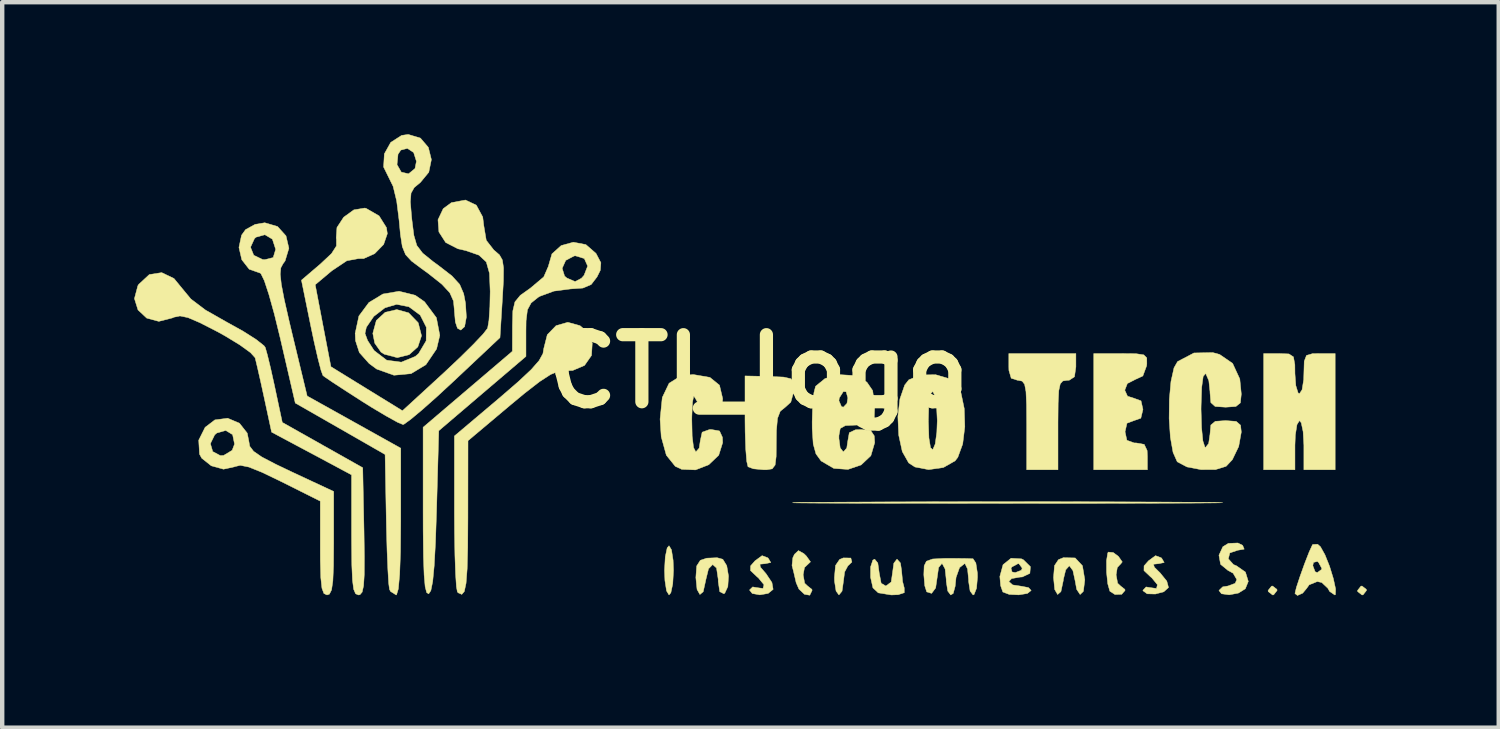
<source format=kicad_pcb>
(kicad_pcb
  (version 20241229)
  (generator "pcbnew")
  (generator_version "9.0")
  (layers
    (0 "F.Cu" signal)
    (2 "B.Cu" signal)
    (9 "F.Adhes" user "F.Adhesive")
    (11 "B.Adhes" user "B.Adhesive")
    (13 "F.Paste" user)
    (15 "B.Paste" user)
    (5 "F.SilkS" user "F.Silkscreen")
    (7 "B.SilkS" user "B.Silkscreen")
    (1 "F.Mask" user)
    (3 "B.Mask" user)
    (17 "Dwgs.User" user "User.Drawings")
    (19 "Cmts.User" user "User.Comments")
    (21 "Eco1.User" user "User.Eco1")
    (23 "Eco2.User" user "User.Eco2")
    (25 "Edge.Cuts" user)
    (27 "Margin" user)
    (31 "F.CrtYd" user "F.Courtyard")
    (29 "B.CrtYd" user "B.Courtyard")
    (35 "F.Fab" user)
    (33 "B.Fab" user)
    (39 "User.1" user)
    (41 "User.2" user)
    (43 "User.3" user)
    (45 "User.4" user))
  (footprint "CTI_logo"
    (layer "F.Cu")
    (at 14.185 5.39)
    (property "Reference" "CTI_logo" (at 0 0 180) (layer "F.SilkS") (effects (font (size 1.524 1.524) (thickness 0.3))))
    (attr smd)
    (fp_poly (pts (xy 11.783 4.954) (xy 11.786 4.978) (xy 11.708 5.077) (xy 11.684 5.08) (xy 11.585 5.003) (xy 11.582 4.978) (xy 11.66 4.88) (xy 11.684 4.877) (xy 11.783 4.954)) (stroke (width 0.01) (type solid)) (fill yes) (layer "F.SilkS"))
    (fp_poly (pts (xy 13.815 4.954) (xy 13.818 4.978) (xy 13.74 5.077) (xy 13.716 5.08) (xy 13.617 5.003) (xy 13.614 4.978) (xy 13.692 4.88) (xy 13.716 4.877) (xy 13.815 4.954)) (stroke (width 0.01) (type solid)) (fill yes) (layer "F.SilkS"))
    (fp_poly (pts (xy -1.976 4.054) (xy -1.939 4.291) (xy -1.93 4.521) (xy -1.947 4.827) (xy -1.99 5.03) (xy -2.032 5.08) (xy -2.088 4.988) (xy -2.125 4.751) (xy -2.134 4.521) (xy -2.117 4.215) (xy -2.074 4.012) (xy -2.032 3.962) (xy -1.976 4.054)) (stroke (width 0.01) (type solid)) (fill yes) (layer "F.SilkS"))
    (fp_poly (pts (xy 2.1 4.241) (xy 2.124 4.332) (xy 2.032 4.42) (xy 1.959 4.557) (xy 1.93 4.781) (xy 1.9 4.993) (xy 1.829 5.08) (xy 1.764 4.99) (xy 1.729 4.766) (xy 1.727 4.685) (xy 1.752 4.409) (xy 1.845 4.273) (xy 1.93 4.238) (xy 2.1 4.241)) (stroke (width 0.01) (type solid)) (fill yes) (layer "F.SilkS"))
    (fp_poly (pts (xy -7.949 -1.331) (xy -7.732 -1.106) (xy -7.731 -1.104) (xy -7.656 -0.81) (xy -7.74 -0.557) (xy -7.938 -0.38) (xy -8.207 -0.313) (xy -8.503 -0.391) (xy -8.578 -0.44) (xy -8.719 -0.641) (xy -8.763 -0.864) (xy -8.683 -1.158) (xy -8.482 -1.343) (xy -8.218 -1.405) (xy -7.949 -1.331)) (stroke (width 0.01) (type solid)) (fill yes) (layer "F.SilkS"))
    (fp_poly (pts (xy 8.063 4.116) (xy 8.181 4.204) (xy 8.268 4.329) (xy 8.237 4.369) (xy 8.155 4.456) (xy 8.128 4.623) (xy 8.163 4.814) (xy 8.23 4.877) (xy 8.328 4.954) (xy 8.331 4.978) (xy 8.255 5.065) (xy 8.102 5.07) (xy 7.986 4.995) (xy 7.938 4.826) (xy 7.911 4.565) (xy 7.91 4.302) (xy 7.938 4.127) (xy 7.95 4.106) (xy 8.063 4.116)) (stroke (width 0.01) (type solid)) (fill yes) (layer "F.SilkS"))
    (fp_poly (pts (xy 1.032 4.14) (xy 1.085 4.191) (xy 1.183 4.327) (xy 1.139 4.369) (xy 1.047 4.456) (xy 1.016 4.623) (xy 1.051 4.814) (xy 1.118 4.877) (xy 1.216 4.954) (xy 1.219 4.978) (xy 1.166 5.086) (xy 1.046 5.065) (xy 0.92 4.946) (xy 0.857 4.801) (xy 0.8 4.555) (xy 0.763 4.41) (xy 0.782 4.234) (xy 0.819 4.156) (xy 0.909 4.072) (xy 1.032 4.14)) (stroke (width 0.01) (type solid)) (fill yes) (layer "F.SilkS"))
    (fp_poly (pts (xy 7.197 4.239) (xy 7.363 4.416) (xy 7.417 4.737) (xy 7.384 4.998) (xy 7.31 5.07) (xy 7.232 4.953) (xy 7.195 4.75) (xy 7.146 4.525) (xy 7.069 4.421) (xy 7.061 4.42) (xy 6.983 4.509) (xy 6.93 4.725) (xy 6.928 4.75) (xy 6.874 5.004) (xy 6.799 5.07) (xy 6.733 4.957) (xy 6.706 4.685) (xy 6.728 4.413) (xy 6.818 4.278) (xy 6.929 4.233) (xy 7.197 4.239)) (stroke (width 0.01) (type solid)) (fill yes) (layer "F.SilkS"))
    (fp_poly (pts (xy -0.81 4.269) (xy -0.72 4.415) (xy -0.68 4.651) (xy -0.695 4.889) (xy -0.765 5.04) (xy -0.787 5.052) (xy -0.879 5.005) (xy -0.914 4.773) (xy -0.914 4.724) (xy -0.952 4.468) (xy -1.039 4.389) (xy -1.134 4.485) (xy -1.199 4.749) (xy -1.2 4.758) (xy -1.255 5.007) (xy -1.33 5.07) (xy -1.395 4.955) (xy -1.422 4.685) (xy -1.403 4.421) (xy -1.321 4.293) (xy -1.175 4.244) (xy -0.938 4.234) (xy -0.81 4.269)) (stroke (width 0.01) (type solid)) (fill yes) (layer "F.SilkS"))
    (fp_poly (pts (xy 0.254 0.115) (xy 0.574 0.129) (xy 0.74 0.167) (xy 0.803 0.258) (xy 0.813 0.416) (xy 0.736 0.698) (xy 0.61 0.813) (xy 0.496 0.905) (xy 0.434 1.065) (xy 0.409 1.343) (xy 0.406 1.578) (xy 0.403 1.932) (xy 0.379 2.128) (xy 0.313 2.214) (xy 0.187 2.235) (xy 0.119 2.235) (xy -0.114 2.213) (xy -0.237 2.167) (xy -0.266 2.043) (xy -0.289 1.762) (xy -0.302 1.374) (xy -0.305 1.101) (xy -0.305 0.103) (xy 0.254 0.115)) (stroke (width 0.01) (type solid)) (fill yes) (layer "F.SilkS"))
    (fp_poly (pts (xy 3.227 4.354) (xy 3.251 4.513) (xy 3.276 4.776) (xy 3.313 4.919) (xy 3.314 5.029) (xy 3.176 5.074) (xy 3.019 5.08) (xy 2.723 5.032) (xy 2.602 4.919) (xy 2.548 4.678) (xy 2.549 4.442) (xy 2.6 4.288) (xy 2.642 4.267) (xy 2.713 4.355) (xy 2.743 4.568) (xy 2.743 4.572) (xy 2.789 4.814) (xy 2.896 4.877) (xy 3.017 4.786) (xy 3.048 4.572) (xy 3.077 4.358) (xy 3.148 4.267) (xy 3.15 4.267) (xy 3.227 4.354)) (stroke (width 0.01) (type solid)) (fill yes) (layer "F.SilkS"))
    (fp_poly (pts (xy 0.211 4.235) (xy 0.223 4.246) (xy 0.281 4.343) (xy 0.157 4.369) (xy 0.155 4.369) (xy 0.033 4.381) (xy 0.045 4.449) (xy 0.173 4.597) (xy 0.307 4.798) (xy 0.334 4.953) (xy 0.221 5.045) (xy 0.032 5.078) (xy -0.14 5.047) (xy -0.203 4.968) (xy -0.13 4.897) (xy -0.061 4.91) (xy 0.105 4.933) (xy 0.126 4.847) (xy -0.003 4.69) (xy -0.03 4.668) (xy -0.18 4.526) (xy -0.178 4.419) (xy -0.077 4.304) (xy 0.083 4.187) (xy 0.211 4.235)) (stroke (width 0.01) (type solid)) (fill yes) (layer "F.SilkS"))
    (fp_poly (pts (xy 7.214 -0.102) (xy 7.182 0.122) (xy 7.063 0.2) (xy 7.01 0.203) (xy 6.918 0.217) (xy 6.859 0.283) (xy 6.825 0.439) (xy 6.811 0.721) (xy 6.807 1.165) (xy 6.807 1.219) (xy 6.807 2.235) (xy 6.096 2.235) (xy 6.096 1.219) (xy 6.093 0.757) (xy 6.08 0.461) (xy 6.049 0.294) (xy 5.993 0.221) (xy 5.904 0.203) (xy 5.893 0.203) (xy 5.744 0.155) (xy 5.692 -0.023) (xy 5.69 -0.102) (xy 5.69 -0.406) (xy 7.214 -0.406) (xy 7.214 -0.102)) (stroke (width 0.01) (type solid)) (fill yes) (layer "F.SilkS"))
    (fp_poly (pts (xy 9.152 4.235) (xy 9.164 4.246) (xy 9.221 4.343) (xy 9.097 4.369) (xy 9.094 4.369) (xy 8.976 4.382) (xy 8.998 4.45) (xy 9.13 4.581) (xy 9.28 4.766) (xy 9.319 4.911) (xy 9.211 5.008) (xy 9.019 5.059) (xy 8.833 5.054) (xy 8.739 4.985) (xy 8.738 4.974) (xy 8.81 4.898) (xy 8.88 4.91) (xy 9.046 4.933) (xy 9.067 4.847) (xy 8.938 4.69) (xy 8.911 4.668) (xy 8.761 4.526) (xy 8.763 4.419) (xy 8.864 4.304) (xy 9.024 4.187) (xy 9.152 4.235)) (stroke (width 0.01) (type solid)) (fill yes) (layer "F.SilkS"))
    (fp_poly (pts (xy 11.003 3.952) (xy 11.039 4.039) (xy 10.892 4.064) (xy 10.712 4.125) (xy 10.678 4.259) (xy 10.796 4.39) (xy 10.862 4.417) (xy 11.067 4.56) (xy 11.132 4.772) (xy 11.064 4.94) (xy 10.906 5.038) (xy 10.698 5.077) (xy 10.523 5.053) (xy 10.465 4.978) (xy 10.55 4.896) (xy 10.668 4.877) (xy 10.833 4.816) (xy 10.871 4.731) (xy 10.787 4.586) (xy 10.668 4.521) (xy 10.502 4.384) (xy 10.465 4.177) (xy 10.554 3.984) (xy 10.678 3.908) (xy 10.896 3.899) (xy 11.003 3.952)) (stroke (width 0.01) (type solid)) (fill yes) (layer "F.SilkS"))
    (fp_poly (pts (xy 8.576 -0.403) (xy 8.757 -0.376) (xy 8.825 -0.307) (xy 8.826 -0.171) (xy 8.821 -0.127) (xy 8.736 0.103) (xy 8.56 0.185) (xy 8.384 0.275) (xy 8.325 0.426) (xy 8.387 0.563) (xy 8.534 0.61) (xy 8.694 0.669) (xy 8.738 0.864) (xy 8.69 1.063) (xy 8.534 1.118) (xy 8.375 1.177) (xy 8.331 1.372) (xy 8.373 1.565) (xy 8.538 1.625) (xy 8.585 1.626) (xy 8.767 1.658) (xy 8.833 1.798) (xy 8.839 1.93) (xy 8.839 2.235) (xy 7.62 2.235) (xy 7.62 -0.406) (xy 8.236 -0.406) (xy 8.576 -0.403)) (stroke (width 0.01) (type solid)) (fill yes) (layer "F.SilkS"))
    (fp_poly (pts (xy 12.055 -0.397) (xy 12.158 -0.33) (xy 12.19 -0.153) (xy 12.192 0.051) (xy 12.212 0.323) (xy 12.263 0.487) (xy 12.294 0.508) (xy 12.354 0.417) (xy 12.391 0.187) (xy 12.395 0.051) (xy 12.403 -0.23) (xy 12.454 -0.363) (xy 12.593 -0.404) (xy 12.751 -0.406) (xy 13.106 -0.406) (xy 13.106 2.235) (xy 12.395 2.235) (xy 12.395 1.676) (xy 12.378 1.37) (xy 12.335 1.167) (xy 12.294 1.118) (xy 12.238 1.209) (xy 12.201 1.446) (xy 12.192 1.676) (xy 12.192 2.235) (xy 11.481 2.235) (xy 11.481 -0.406) (xy 11.836 -0.406) (xy 12.055 -0.397)) (stroke (width 0.01) (type solid)) (fill yes) (layer "F.SilkS"))
    (fp_poly (pts (xy 6.723 2.961) (xy 8.004 2.964) (xy 9.171 2.969) (xy 9.634 2.972) (xy 10.133 2.976) (xy 10.436 2.98) (xy 10.549 2.984) (xy 10.478 2.987) (xy 10.231 2.99) (xy 9.813 2.993) (xy 9.233 2.995) (xy 8.495 2.997) (xy 7.608 2.999) (xy 6.577 2.999) (xy 5.639 3) (xy 4.498 2.999) (xy 3.496 2.998) (xy 2.64 2.997) (xy 1.937 2.995) (xy 1.392 2.993) (xy 1.012 2.99) (xy 0.804 2.987) (xy 0.775 2.983) (xy 0.93 2.979) (xy 1.277 2.975) (xy 1.709 2.972) (xy 2.821 2.966) (xy 4.069 2.962) (xy 5.39 2.96) (xy 6.723 2.961)) (stroke (width 0.01) (type solid)) (fill yes) (layer "F.SilkS"))
    (fp_poly (pts (xy 5.98 4.26) (xy 6.022 4.281) (xy 6.181 4.438) (xy 6.168 4.589) (xy 5.996 4.671) (xy 5.944 4.674) (xy 5.753 4.708) (xy 5.69 4.775) (xy 5.777 4.852) (xy 5.944 4.877) (xy 6.135 4.912) (xy 6.198 4.978) (xy 6.112 5.046) (xy 5.916 5.078) (xy 5.7 5.068) (xy 5.554 5.013) (xy 5.554 5.012) (xy 5.504 4.87) (xy 5.486 4.66) (xy 5.538 4.47) (xy 5.74 4.47) (xy 5.763 4.557) (xy 5.836 4.572) (xy 5.975 4.519) (xy 5.994 4.47) (xy 5.921 4.372) (xy 5.899 4.369) (xy 5.761 4.443) (xy 5.74 4.47) (xy 5.538 4.47) (xy 5.559 4.392) (xy 5.741 4.246) (xy 5.98 4.26)) (stroke (width 0.01) (type solid)) (fill yes) (layer "F.SilkS"))
    (fp_poly (pts (xy 12.771 3.983) (xy 12.874 4.167) (xy 12.979 4.429) (xy 13.065 4.709) (xy 13.116 4.944) (xy 13.112 5.072) (xy 13.097 5.08) (xy 12.979 4.999) (xy 12.94 4.928) (xy 12.801 4.797) (xy 12.7 4.775) (xy 12.515 4.85) (xy 12.46 4.928) (xy 12.368 5.039) (xy 12.249 5.092) (xy 12.192 5.047) (xy 12.225 4.909) (xy 12.308 4.657) (xy 12.395 4.414) (xy 12.598 4.414) (xy 12.651 4.553) (xy 12.7 4.572) (xy 12.799 4.499) (xy 12.802 4.476) (xy 12.728 4.339) (xy 12.7 4.318) (xy 12.613 4.341) (xy 12.598 4.414) (xy 12.395 4.414) (xy 12.413 4.364) (xy 12.515 4.103) (xy 12.587 3.946) (xy 12.596 3.933) (xy 12.708 3.928) (xy 12.771 3.983)) (stroke (width 0.01) (type solid)) (fill yes) (layer "F.SilkS"))
    (fp_poly (pts (xy -7.799 -1.73) (xy -7.588 -1.583) (xy -7.318 -1.22) (xy -7.241 -0.82) (xy -7.314 -0.511) (xy -7.557 -0.152) (xy -7.894 0.051) (xy -8.282 0.087) (xy -8.675 -0.053) (xy -8.848 -0.181) (xy -9.069 -0.429) (xy -9.156 -0.697) (xy -9.164 -0.864) (xy -8.941 -0.864) (xy -8.882 -0.703) (xy -8.74 -0.484) (xy -8.73 -0.471) (xy -8.448 -0.255) (xy -8.116 -0.21) (xy -7.797 -0.341) (xy -7.722 -0.406) (xy -7.551 -0.695) (xy -7.547 -1.004) (xy -7.686 -1.279) (xy -7.943 -1.469) (xy -8.222 -1.524) (xy -8.488 -1.445) (xy -8.741 -1.25) (xy -8.909 -1.005) (xy -8.941 -0.864) (xy -9.164 -0.864) (xy -9.079 -1.259) (xy -8.852 -1.565) (xy -8.533 -1.759) (xy -8.166 -1.821) (xy -7.799 -1.73)) (stroke (width 0.01) (type solid)) (fill yes) (layer "F.SilkS"))
    (fp_poly (pts (xy 4.347 0.169) (xy 4.465 0.249) (xy 4.602 0.486) (xy 4.677 0.845) (xy 4.69 1.256) (xy 4.642 1.649) (xy 4.531 1.952) (xy 4.47 2.032) (xy 4.203 2.184) (xy 3.868 2.232) (xy 3.556 2.172) (xy 3.415 2.08) (xy 3.269 1.822) (xy 3.188 1.449) (xy 3.173 1.118) (xy 3.861 1.118) (xy 3.874 1.511) (xy 3.911 1.735) (xy 3.962 1.778) (xy 4.017 1.65) (xy 4.054 1.383) (xy 4.064 1.118) (xy 4.048 0.787) (xy 4.006 0.544) (xy 3.962 0.457) (xy 3.906 0.514) (xy 3.871 0.757) (xy 3.861 1.118) (xy 3.173 1.118) (xy 3.169 1.028) (xy 3.215 0.626) (xy 3.324 0.31) (xy 3.418 0.191) (xy 3.686 0.081) (xy 4.027 0.075) (xy 4.347 0.169)) (stroke (width 0.01) (type solid)) (fill yes) (layer "F.SilkS"))
    (fp_poly (pts (xy -4.056 -1.04) (xy -3.927 -0.932) (xy -3.776 -0.646) (xy -3.793 -0.363) (xy -3.952 -0.136) (xy -4.224 -0.02) (xy -4.381 -0.018) (xy -4.536 -0.007) (xy -4.723 0.07) (xy -4.973 0.232) (xy -5.318 0.5) (xy -5.635 0.763) (xy -6.6 1.575) (xy -6.602 3.327) (xy -6.606 3.999) (xy -6.619 4.487) (xy -6.644 4.814) (xy -6.684 5.001) (xy -6.741 5.067) (xy -6.819 5.033) (xy -6.841 5.012) (xy -6.863 4.893) (xy -6.882 4.605) (xy -6.897 4.184) (xy -6.906 3.663) (xy -6.909 3.206) (xy -6.909 1.468) (xy -5.893 0.61) (xy -5.46 0.236) (xy -5.165 -0.04) (xy -4.985 -0.245) (xy -4.897 -0.404) (xy -4.877 -0.523) (xy -4.798 -0.834) (xy -4.598 -1.04) (xy -4.332 -1.116) (xy -4.056 -1.04)) (stroke (width 0.01) (type solid)) (fill yes) (layer "F.SilkS"))
    (fp_poly (pts (xy -1.103 0.136) (xy -0.885 0.313) (xy -0.813 0.616) (xy -0.813 0.629) (xy -0.836 0.838) (xy -0.945 0.904) (xy -1.088 0.896) (xy -1.333 0.795) (xy -1.434 0.61) (xy -1.471 0.558) (xy -1.498 0.699) (xy -1.513 1.023) (xy -1.514 1.092) (xy -1.506 1.473) (xy -1.474 1.732) (xy -1.423 1.829) (xy -1.422 1.829) (xy -1.346 1.742) (xy -1.321 1.575) (xy -1.279 1.381) (xy -1.114 1.322) (xy -1.067 1.321) (xy -0.884 1.354) (xy -0.818 1.497) (xy -0.813 1.62) (xy -0.902 1.904) (xy -1.129 2.121) (xy -1.43 2.238) (xy -1.744 2.225) (xy -1.89 2.157) (xy -2.093 1.904) (xy -2.209 1.485) (xy -2.235 1.085) (xy -2.185 0.593) (xy -2.03 0.269) (xy -1.762 0.101) (xy -1.483 0.071) (xy -1.103 0.136)) (stroke (width 0.01) (type solid)) (fill yes) (layer "F.SilkS"))
    (fp_poly (pts (xy 4.723 4.252) (xy 4.877 4.258) (xy 4.941 4.354) (xy 4.976 4.584) (xy 4.978 4.674) (xy 4.956 4.928) (xy 4.9 5.07) (xy 4.877 5.08) (xy 4.81 4.991) (xy 4.776 4.771) (xy 4.775 4.724) (xy 4.752 4.489) (xy 4.696 4.372) (xy 4.684 4.369) (xy 4.57 4.459) (xy 4.491 4.681) (xy 4.47 4.885) (xy 4.426 5.046) (xy 4.369 5.08) (xy 4.302 4.991) (xy 4.268 4.771) (xy 4.267 4.724) (xy 4.242 4.489) (xy 4.179 4.372) (xy 4.166 4.369) (xy 4.094 4.457) (xy 4.064 4.668) (xy 4.027 4.921) (xy 3.935 5.044) (xy 3.824 5.01) (xy 3.78 4.872) (xy 3.759 4.626) (xy 3.759 4.606) (xy 3.766 4.419) (xy 3.818 4.313) (xy 3.957 4.263) (xy 4.229 4.249) (xy 4.47 4.249) (xy 4.723 4.252)) (stroke (width 0.01) (type solid)) (fill yes) (layer "F.SilkS"))
    (fp_poly (pts (xy -11.793 1.178) (xy -11.617 1.402) (xy -11.582 1.576) (xy -11.56 1.701) (xy -11.472 1.816) (xy -11.285 1.945) (xy -10.967 2.111) (xy -10.617 2.278) (xy -9.652 2.729) (xy -9.652 3.905) (xy -9.656 4.419) (xy -9.671 4.763) (xy -9.701 4.966) (xy -9.749 5.061) (xy -9.804 5.08) (xy -9.874 5.047) (xy -9.919 4.927) (xy -9.945 4.687) (xy -9.956 4.294) (xy -9.957 4.014) (xy -9.957 2.948) (xy -10.846 2.503) (xy -11.284 2.292) (xy -11.582 2.173) (xy -11.775 2.134) (xy -11.901 2.164) (xy -11.907 2.168) (xy -12.156 2.222) (xy -12.434 2.145) (xy -12.651 1.972) (xy -12.701 1.88) (xy -12.715 1.641) (xy -12.454 1.641) (xy -12.401 1.822) (xy -12.228 1.913) (xy -12.154 1.91) (xy -11.959 1.793) (xy -11.905 1.651) (xy -11.949 1.437) (xy -12.105 1.342) (xy -12.307 1.399) (xy -12.356 1.441) (xy -12.454 1.641) (xy -12.715 1.641) (xy -12.719 1.562) (xy -12.574 1.271) (xy -12.352 1.102) (xy -12.061 1.064) (xy -11.793 1.178)) (stroke (width 0.01) (type solid)) (fill yes) (layer "F.SilkS"))
    (fp_poly (pts (xy 10.479 -0.386) (xy 10.775 -0.183) (xy 10.939 0.172) (xy 10.973 0.515) (xy 10.952 0.715) (xy 10.85 0.797) (xy 10.617 0.813) (xy 10.379 0.797) (xy 10.281 0.709) (xy 10.262 0.486) (xy 10.262 0.463) (xy 10.235 0.21) (xy 10.169 0.058) (xy 10.16 0.051) (xy 10.107 0.112) (xy 10.073 0.361) (xy 10.059 0.785) (xy 10.058 0.858) (xy 10.07 1.28) (xy 10.1 1.58) (xy 10.146 1.721) (xy 10.16 1.727) (xy 10.231 1.639) (xy 10.262 1.426) (xy 10.262 1.422) (xy 10.281 1.218) (xy 10.382 1.134) (xy 10.617 1.118) (xy 10.857 1.136) (xy 10.956 1.222) (xy 10.973 1.378) (xy 10.914 1.706) (xy 10.769 2.007) (xy 10.627 2.157) (xy 10.386 2.231) (xy 10.059 2.232) (xy 9.739 2.171) (xy 9.521 2.056) (xy 9.515 2.049) (xy 9.422 1.84) (xy 9.361 1.496) (xy 9.333 1.074) (xy 9.338 0.631) (xy 9.375 0.227) (xy 9.444 -0.082) (xy 9.525 -0.224) (xy 9.897 -0.419) (xy 10.324 -0.428) (xy 10.479 -0.386)) (stroke (width 0.01) (type solid)) (fill yes) (layer "F.SilkS"))
    (fp_poly (pts (xy 2.154 0.093) (xy 2.208 0.11) (xy 2.465 0.245) (xy 2.596 0.436) (xy 2.639 0.75) (xy 2.64 0.838) (xy 2.63 1.082) (xy 2.559 1.19) (xy 2.368 1.218) (xy 2.235 1.219) (xy 1.975 1.231) (xy 1.859 1.296) (xy 1.829 1.459) (xy 1.829 1.524) (xy 1.858 1.738) (xy 1.929 1.829) (xy 1.93 1.829) (xy 2.007 1.742) (xy 2.032 1.575) (xy 2.065 1.393) (xy 2.204 1.327) (xy 2.337 1.321) (xy 2.553 1.346) (xy 2.632 1.464) (xy 2.642 1.62) (xy 2.555 1.916) (xy 2.334 2.125) (xy 2.035 2.227) (xy 1.713 2.204) (xy 1.426 2.036) (xy 1.422 2.032) (xy 1.307 1.873) (xy 1.245 1.65) (xy 1.222 1.304) (xy 1.221 1.143) (xy 1.232 0.776) (xy 1.243 0.666) (xy 1.829 0.666) (xy 1.886 0.798) (xy 1.93 0.813) (xy 2.012 0.727) (xy 2.032 0.604) (xy 1.993 0.463) (xy 1.93 0.457) (xy 1.837 0.604) (xy 1.829 0.666) (xy 1.243 0.666) (xy 1.261 0.485) (xy 1.299 0.337) (xy 1.514 0.162) (xy 1.83 0.073) (xy 2.154 0.093)) (stroke (width 0.01) (type solid)) (fill yes) (layer "F.SilkS"))
    (fp_poly (pts (xy -13.282 -2.112) (xy -13.098 -1.888) (xy -12.897 -1.645) (xy -12.565 -1.394) (xy -12.079 -1.118) (xy -11.71 -0.913) (xy -11.414 -0.725) (xy -11.236 -0.584) (xy -11.207 -0.544) (xy -11.159 -0.376) (xy -11.085 -0.07) (xy -11 0.313) (xy -10.985 0.383) (xy -10.82 1.159) (xy -9.906 1.674) (xy -8.992 2.189) (xy -8.963 3.634) (xy -8.955 4.21) (xy -8.957 4.613) (xy -8.973 4.871) (xy -9.005 5.015) (xy -9.055 5.074) (xy -9.09 5.08) (xy -9.154 5.053) (xy -9.198 4.951) (xy -9.225 4.744) (xy -9.24 4.403) (xy -9.245 3.897) (xy -9.246 3.716) (xy -9.246 2.351) (xy -11.063 1.38) (xy -11.228 0.614) (xy -11.313 0.225) (xy -11.387 -0.099) (xy -11.434 -0.296) (xy -11.438 -0.311) (xy -11.543 -0.427) (xy -11.786 -0.603) (xy -12.123 -0.808) (xy -12.291 -0.901) (xy -12.693 -1.107) (xy -12.964 -1.223) (xy -13.146 -1.26) (xy -13.282 -1.232) (xy -13.316 -1.216) (xy -13.626 -1.137) (xy -13.901 -1.211) (xy -14.099 -1.397) (xy -14.18 -1.655) (xy -14.103 -1.945) (xy -14.084 -1.977) (xy -13.842 -2.201) (xy -13.56 -2.245) (xy -13.282 -2.112)) (stroke (width 0.01) (type solid)) (fill yes) (layer "F.SilkS"))
    (fp_poly (pts (xy -7.681 -5.302) (xy -7.501 -5.091) (xy -7.432 -4.813) (xy -7.491 -4.526) (xy -7.681 -4.295) (xy -7.822 -4.178) (xy -7.894 -4.051) (xy -7.91 -3.854) (xy -7.883 -3.526) (xy -7.875 -3.448) (xy -7.83 -3.091) (xy -7.763 -2.862) (xy -7.63 -2.687) (xy -7.39 -2.493) (xy -7.265 -2.402) (xy -6.963 -2.168) (xy -6.789 -1.977) (xy -6.698 -1.765) (xy -6.657 -1.552) (xy -6.637 -1.234) (xy -6.677 -1.017) (xy -6.764 -0.939) (xy -6.839 -0.98) (xy -6.887 -1.122) (xy -6.909 -1.368) (xy -6.909 -1.381) (xy -6.93 -1.6) (xy -7.013 -1.786) (xy -7.193 -1.98) (xy -7.5 -2.224) (xy -7.66 -2.34) (xy -7.883 -2.507) (xy -8.018 -2.652) (xy -8.093 -2.835) (xy -8.136 -3.115) (xy -8.165 -3.428) (xy -8.221 -3.873) (xy -8.302 -4.207) (xy -8.382 -4.369) (xy -8.518 -4.645) (xy -8.515 -4.699) (xy -8.213 -4.699) (xy -8.116 -4.529) (xy -7.951 -4.49) (xy -7.804 -4.611) (xy -7.772 -4.775) (xy -7.835 -4.974) (xy -7.977 -5.068) (xy -8.126 -5.03) (xy -8.19 -4.935) (xy -8.213 -4.699) (xy -8.515 -4.699) (xy -8.501 -4.944) (xy -8.356 -5.204) (xy -8.109 -5.363) (xy -7.958 -5.385) (xy -7.681 -5.302)) (stroke (width 0.01) (type solid)) (fill yes) (layer "F.SilkS"))
    (fp_poly (pts (xy -10.928 -3.293) (xy -10.736 -3.08) (xy -10.67 -2.798) (xy -10.757 -2.51) (xy -10.804 -2.446) (xy -10.853 -2.355) (xy -10.867 -2.21) (xy -10.842 -1.978) (xy -10.775 -1.629) (xy -10.661 -1.129) (xy -10.598 -0.864) (xy -10.255 0.559) (xy -9.191 1.152) (xy -8.128 1.745) (xy -8.128 3.412) (xy -8.134 4.101) (xy -8.153 4.614) (xy -8.183 4.942) (xy -8.224 5.077) (xy -8.233 5.08) (xy -8.36 5) (xy -8.384 4.953) (xy -8.403 4.81) (xy -8.421 4.504) (xy -8.439 4.075) (xy -8.453 3.563) (xy -8.457 3.357) (xy -8.484 1.888) (xy -9.504 1.303) (xy -10.525 0.719) (xy -10.867 -0.758) (xy -11 -1.301) (xy -11.124 -1.746) (xy -11.229 -2.064) (xy -11.306 -2.222) (xy -11.325 -2.235) (xy -11.572 -2.322) (xy -11.74 -2.537) (xy -11.805 -2.817) (xy -11.804 -2.822) (xy -11.542 -2.822) (xy -11.469 -2.64) (xy -11.268 -2.543) (xy -11.216 -2.54) (xy -11.027 -2.587) (xy -10.973 -2.765) (xy -10.973 -2.783) (xy -11.045 -3.005) (xy -11.215 -3.106) (xy -11.415 -3.051) (xy -11.452 -3.019) (xy -11.542 -2.822) (xy -11.804 -2.822) (xy -11.746 -3.095) (xy -11.655 -3.222) (xy -11.438 -3.341) (xy -11.218 -3.378) (xy -10.928 -3.293)) (stroke (width 0.01) (type solid)) (fill yes) (layer "F.SilkS"))
    (fp_poly (pts (xy -3.922 -2.882) (xy -3.692 -2.682) (xy -3.691 -2.681) (xy -3.58 -2.47) (xy -3.593 -2.298) (xy -3.668 -2.147) (xy -3.801 -1.974) (xy -3.989 -1.894) (xy -4.272 -1.874) (xy -4.647 -1.825) (xy -4.967 -1.707) (xy -5.004 -1.685) (xy -5.165 -1.556) (xy -5.249 -1.401) (xy -5.28 -1.15) (xy -5.283 -0.921) (xy -5.283 -0.341) (xy -6.274 0.503) (xy -7.264 1.348) (xy -7.315 3.18) (xy -7.339 3.891) (xy -7.368 4.416) (xy -7.402 4.774) (xy -7.444 4.981) (xy -7.493 5.055) (xy -7.539 5.026) (xy -7.574 4.89) (xy -7.597 4.627) (xy -7.612 4.215) (xy -7.619 3.634) (xy -7.62 3.183) (xy -7.62 1.27) (xy -5.592 -0.457) (xy -5.59 -1.04) (xy -5.581 -1.375) (xy -5.533 -1.58) (xy -5.412 -1.728) (xy -5.183 -1.891) (xy -5.182 -1.892) (xy -4.878 -2.148) (xy -4.793 -2.343) (xy -4.46 -2.343) (xy -4.405 -2.166) (xy -4.353 -2.122) (xy -4.166 -2.041) (xy -4.022 -2.117) (xy -3.963 -2.183) (xy -3.881 -2.394) (xy -3.957 -2.565) (xy -4.158 -2.627) (xy -4.19 -2.623) (xy -4.379 -2.523) (xy -4.46 -2.343) (xy -4.793 -2.343) (xy -4.775 -2.383) (xy -4.775 -2.385) (xy -4.692 -2.671) (xy -4.482 -2.86) (xy -4.206 -2.936) (xy -3.922 -2.882)) (stroke (width 0.01) (type solid)) (fill yes) (layer "F.SilkS"))
    (fp_poly (pts (xy -6.411 -3.778) (xy -6.265 -3.508) (xy -6.241 -3.313) (xy -6.185 -2.979) (xy -6.011 -2.756) (xy -5.998 -2.746) (xy -5.885 -2.648) (xy -5.819 -2.532) (xy -5.792 -2.351) (xy -5.795 -2.056) (xy -5.817 -1.668) (xy -5.873 -0.768) (xy -6.924 0.221) (xy -7.308 0.576) (xy -7.644 0.874) (xy -7.903 1.09) (xy -8.055 1.2) (xy -8.077 1.208) (xy -8.202 1.156) (xy -8.454 1.016) (xy -8.792 0.815) (xy -9.009 0.679) (xy -9.371 0.446) (xy -9.667 0.253) (xy -9.854 0.126) (xy -9.897 0.093) (xy -9.94 -0.025) (xy -10.011 -0.298) (xy -10.099 -0.682) (xy -10.17 -1.019) (xy -10.385 -2.073) (xy -9.955 -2.44) (xy -9.702 -2.677) (xy -9.59 -2.851) (xy -9.59 -3.011) (xy -9.595 -3.027) (xy -9.578 -3.27) (xy -9.425 -3.504) (xy -9.194 -3.671) (xy -8.946 -3.712) (xy -8.914 -3.704) (xy -8.621 -3.535) (xy -8.453 -3.268) (xy -8.433 -3.13) (xy -8.517 -2.885) (xy -8.722 -2.675) (xy -8.973 -2.563) (xy -9.086 -2.564) (xy -9.353 -2.515) (xy -9.693 -2.288) (xy -10.072 -1.97) (xy -9.894 -1.038) (xy -9.715 -0.107) (xy -8.902 0.394) (xy -8.089 0.894) (xy -7.15 0.032) (xy -6.787 -0.31) (xy -6.479 -0.614) (xy -6.258 -0.847) (xy -6.156 -0.979) (xy -6.154 -0.983) (xy -6.124 -1.158) (xy -6.103 -1.467) (xy -6.096 -1.82) (xy -6.112 -2.229) (xy -6.184 -2.487) (xy -6.351 -2.642) (xy -6.651 -2.746) (xy -6.83 -2.787) (xy -7.107 -2.929) (xy -7.261 -3.169) (xy -7.282 -3.446) (xy -7.163 -3.698) (xy -6.977 -3.835) (xy -6.658 -3.895) (xy -6.411 -3.778)) (stroke (width 0.01) (type solid)) (fill yes) (layer "F.SilkS")))
  (gr_rect
    (start -3 -3)
    (end 31.008 13.486)
    (stroke (width 0.1) (type default))
    (fill no)
    (layer "Edge.Cuts")))
</source>
